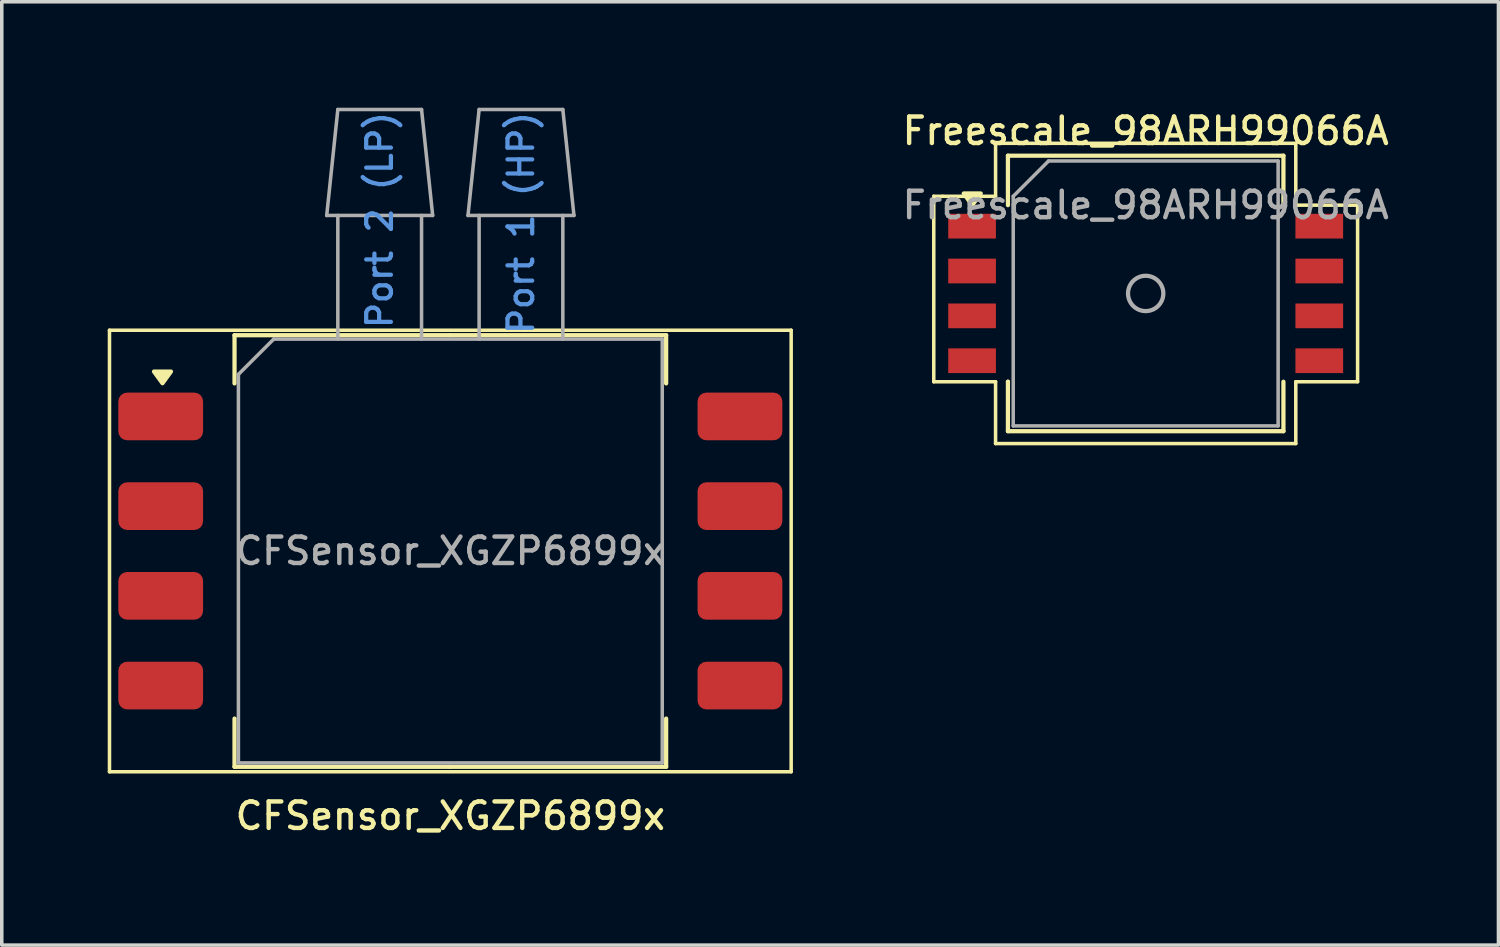
<source format=kicad_pcb>
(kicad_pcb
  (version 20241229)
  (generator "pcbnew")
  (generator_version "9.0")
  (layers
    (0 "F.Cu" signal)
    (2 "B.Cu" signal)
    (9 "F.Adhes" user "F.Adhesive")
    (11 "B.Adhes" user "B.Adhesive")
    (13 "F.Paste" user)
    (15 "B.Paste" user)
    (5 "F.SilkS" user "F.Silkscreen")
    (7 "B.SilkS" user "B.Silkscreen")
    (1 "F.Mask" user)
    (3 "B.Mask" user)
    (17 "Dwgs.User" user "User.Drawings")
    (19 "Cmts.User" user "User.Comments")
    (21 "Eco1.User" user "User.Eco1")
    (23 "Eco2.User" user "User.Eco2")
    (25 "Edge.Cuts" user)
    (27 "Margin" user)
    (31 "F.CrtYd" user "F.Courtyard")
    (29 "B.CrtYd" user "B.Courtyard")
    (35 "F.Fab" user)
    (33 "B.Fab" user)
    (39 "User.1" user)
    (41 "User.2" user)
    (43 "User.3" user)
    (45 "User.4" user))
  (footprint "CFSensor_XGZP6899x"
    (layer "F.Cu")
    (at 9.7 12.55)
    (property "Reference" "CFSensor_XGZP6899x" (at 0 7.5 0) (layer "F.SilkS") (effects (font (size 0.75 0.75) (thickness 0.125))))
    (attr smd)
    (fp_line (start -9.65 -6.25) (end -9.65 6.25) (stroke (width 0.1) (type solid)) (layer "F.SilkS"))
    (fp_line (start -9.65 6.25) (end 9.65 6.25) (stroke (width 0.1) (type solid)) (layer "F.SilkS"))
    (fp_line (start -6.11 -4.745) (end -6.11 -6.11) (stroke (width 0.12) (type solid)) (layer "F.SilkS"))
    (fp_line (start -6.11 6.11) (end -6.11 4.745) (stroke (width 0.12) (type solid)) (layer "F.SilkS"))
    (fp_line (start 0 -6.11) (end -6.11 -6.11) (stroke (width 0.12) (type solid)) (layer "F.SilkS"))
    (fp_line (start 0 6.11) (end -6.11 6.11) (stroke (width 0.12) (type solid)) (layer "F.SilkS"))
    (fp_line (start 0 6.11) (end 6.11 6.11) (stroke (width 0.12) (type solid)) (layer "F.SilkS"))
    (fp_line (start 6.11 -6.11) (end 0 -6.11) (stroke (width 0.12) (type solid)) (layer "F.SilkS"))
    (fp_line (start 6.11 -4.745) (end 6.11 -6.11) (stroke (width 0.12) (type solid)) (layer "F.SilkS"))
    (fp_line (start 6.11 6.11) (end 6.11 4.745) (stroke (width 0.12) (type solid)) (layer "F.SilkS"))
    (fp_line (start 9.65 -6.25) (end -9.65 -6.25) (stroke (width 0.1) (type solid)) (layer "F.SilkS"))
    (fp_line (start 9.65 6.25) (end 9.65 -6.25) (stroke (width 0.1) (type solid)) (layer "F.SilkS"))
    (fp_poly (pts (xy -8.15 -4.75) (xy -8.39 -5.08) (xy -7.91 -5.08) (xy -8.15 -4.75)) (stroke (width 0.12) (type solid)) (fill yes) (layer "F.SilkS"))
    (fp_line (start -6 -5) (end -5 -6) (stroke (width 0.1) (type solid)) (layer "F.Fab"))
    (fp_line (start -6 6) (end -6 -5) (stroke (width 0.1) (type solid)) (layer "F.Fab"))
    (fp_line (start -5 -6) (end 6 -6) (stroke (width 0.1) (type solid)) (layer "F.Fab"))
    (fp_line (start -3.5 -9.5) (end -3.185 -12.5) (stroke (width 0.1) (type default)) (layer "F.Fab"))
    (fp_line (start -3.5 -9.5) (end -0.5 -9.5) (stroke (width 0.1) (type default)) (layer "F.Fab"))
    (fp_line (start -3.185 -12.5) (end -0.815 -12.5) (stroke (width 0.1) (type default)) (layer "F.Fab"))
    (fp_line (start -3.185 -6) (end -3.185 -9.5) (stroke (width 0.1) (type default)) (layer "F.Fab"))
    (fp_line (start -0.815 -9.5) (end -0.815 -6) (stroke (width 0.1) (type default)) (layer "F.Fab"))
    (fp_line (start -0.5 -9.5) (end -0.815 -12.5) (stroke (width 0.1) (type default)) (layer "F.Fab"))
    (fp_line (start 0.5 -9.5) (end 0.815 -12.5) (stroke (width 0.1) (type default)) (layer "F.Fab"))
    (fp_line (start 0.5 -9.5) (end 3.5 -9.5) (stroke (width 0.1) (type default)) (layer "F.Fab"))
    (fp_line (start 0.815 -12.5) (end 3.185 -12.5) (stroke (width 0.1) (type default)) (layer "F.Fab"))
    (fp_line (start 0.815 -6) (end 0.815 -9.5) (stroke (width 0.1) (type default)) (layer "F.Fab"))
    (fp_line (start 3.185 -9.5) (end 3.185 -6) (stroke (width 0.1) (type default)) (layer "F.Fab"))
    (fp_line (start 3.5 -9.5) (end 3.185 -12.5) (stroke (width 0.1) (type default)) (layer "F.Fab"))
    (fp_line (start 6 -6) (end 6 6) (stroke (width 0.1) (type solid)) (layer "F.Fab"))
    (fp_line (start 6 6) (end -6 6) (stroke (width 0.1) (type solid)) (layer "F.Fab"))
    (fp_text user "Port 1 (HP)" (at 2 -12.5 90) (unlocked yes) (layer "Cmts.User") (effects (font (size 0.7 0.7) (thickness 0.12) (bold yes)) (justify right)))
    (fp_text user "Port 2 (LP)" (at -2 -12.5 90) (unlocked yes) (layer "Cmts.User") (effects (font (size 0.7 0.7) (thickness 0.12) (bold yes)) (justify right)))
    (fp_text user "${REFERENCE}" (at 0 0 0) (layer "F.Fab") (effects (font (size 0.75 0.75) (thickness 0.125))))
    (pad "1" smd roundrect (at -8.2 -3.81) (size 2.4 1.35) (layers "F.Cu" "F.Mask" "F.Paste") (roundrect_rratio 0.185))
    (pad "2" smd roundrect (at -8.2 -1.27) (size 2.4 1.35) (layers "F.Cu" "F.Mask" "F.Paste") (roundrect_rratio 0.185))
    (pad "3" smd roundrect (at -8.2 1.27) (size 2.4 1.35) (layers "F.Cu" "F.Mask" "F.Paste") (roundrect_rratio 0.185))
    (pad "4" smd roundrect (at -8.2 3.81) (size 2.4 1.35) (layers "F.Cu" "F.Mask" "F.Paste") (roundrect_rratio 0.185))
    (pad "5" smd roundrect (at 8.2 3.81) (size 2.4 1.35) (layers "F.Cu" "F.Mask" "F.Paste") (roundrect_rratio 0.185))
    (pad "6" smd roundrect (at 8.2 1.27) (size 2.4 1.35) (layers "F.Cu" "F.Mask" "F.Paste") (roundrect_rratio 0.185))
    (pad "7" smd roundrect (at 8.2 -1.27) (size 2.4 1.35) (layers "F.Cu" "F.Mask" "F.Paste") (roundrect_rratio 0.185))
    (pad "8" smd roundrect (at 8.2 -3.81) (size 2.4 1.35) (layers "F.Cu" "F.Mask" "F.Paste") (roundrect_rratio 0.185)))
  (footprint "Freescale_98ARH99066A"
    (layer "F.Cu")
    (at 29.387 5.258)
    (property "Reference" "Freescale_98ARH99066A" (at 0 -4.6 0) (layer "F.SilkS") (effects (font (size 0.75 0.75) (thickness 0.125))))
    (attr smd)
    (fp_line (start -6 -2.75) (end -4.25 -2.75) (stroke (width 0.1) (type solid)) (layer "F.SilkS"))
    (fp_line (start -6 2.5) (end -6 -2.75) (stroke (width 0.1) (type solid)) (layer "F.SilkS"))
    (fp_line (start -5.75 -2.75) (end -5.75 -2.75) (stroke (width 0.1) (type solid)) (layer "F.SilkS"))
    (fp_line (start -4.25 -4.25) (end 4.25 -4.25) (stroke (width 0.1) (type solid)) (layer "F.SilkS"))
    (fp_line (start -4.25 -2.75) (end -4.25 -4.25) (stroke (width 0.1) (type solid)) (layer "F.SilkS"))
    (fp_line (start -4.25 2.5) (end -6 2.5) (stroke (width 0.1) (type solid)) (layer "F.SilkS"))
    (fp_line (start -4.25 4.25) (end -4.25 2.5) (stroke (width 0.1) (type solid)) (layer "F.SilkS"))
    (fp_line (start -3.9 -3.9) (end -3.9 -2.5) (stroke (width 0.12) (type solid)) (layer "F.SilkS"))
    (fp_line (start -3.9 2.5) (end -3.9 2.5) (stroke (width 0.12) (type solid)) (layer "F.SilkS"))
    (fp_line (start -3.9 3.9) (end -3.9 2.5) (stroke (width 0.12) (type solid)) (layer "F.SilkS"))
    (fp_line (start 3.9 -3.9) (end -3.9 -3.9) (stroke (width 0.12) (type solid)) (layer "F.SilkS"))
    (fp_line (start 3.9 -2.5) (end 3.9 -3.9) (stroke (width 0.12) (type solid)) (layer "F.SilkS"))
    (fp_line (start 3.9 2.5) (end 3.9 3.9) (stroke (width 0.12) (type solid)) (layer "F.SilkS"))
    (fp_line (start 3.9 3.9) (end -3.9 3.9) (stroke (width 0.12) (type solid)) (layer "F.SilkS"))
    (fp_line (start 4.25 -4.25) (end 4.25 -2.5) (stroke (width 0.1) (type solid)) (layer "F.SilkS"))
    (fp_line (start 4.25 -2.5) (end 6 -2.5) (stroke (width 0.1) (type solid)) (layer "F.SilkS"))
    (fp_line (start 4.25 2.5) (end 4.25 4.25) (stroke (width 0.1) (type solid)) (layer "F.SilkS"))
    (fp_line (start 4.25 4.25) (end -4.25 4.25) (stroke (width 0.1) (type solid)) (layer "F.SilkS"))
    (fp_line (start 6 -2.5) (end 6 2.5) (stroke (width 0.1) (type solid)) (layer "F.SilkS"))
    (fp_line (start 6 2.5) (end 4.25 2.5) (stroke (width 0.1) (type solid)) (layer "F.SilkS"))
    (fp_poly (pts (xy -4.91 -2.5) (xy -5.15 -2.83) (xy -4.67 -2.83) (xy -4.91 -2.5)) (stroke (width 0.12) (type solid)) (fill yes) (layer "F.SilkS"))
    (fp_line (start -3.75 -2.75) (end -2.75 -3.75) (stroke (width 0.1) (type solid)) (layer "F.Fab"))
    (fp_line (start -3.75 3.75) (end -3.75 -2.75) (stroke (width 0.1) (type solid)) (layer "F.Fab"))
    (fp_line (start -2.75 -3.75) (end 3.75 -3.75) (stroke (width 0.1) (type solid)) (layer "F.Fab"))
    (fp_line (start 3.75 -3.75) (end 3.75 3.75) (stroke (width 0.1) (type solid)) (layer "F.Fab"))
    (fp_line (start 3.75 3.75) (end -3.75 3.75) (stroke (width 0.1) (type solid)) (layer "F.Fab"))
    (fp_circle (center 0 0) (end 0.5 0) (stroke (width 0.12) (type solid)) (fill no) (layer "F.Fab"))
    (fp_text user "${REFERENCE}" (at 0 -2.5 0) (layer "F.Fab") (effects (font (size 0.75 0.75) (thickness 0.125))))
    (pad "1" smd rect (at -4.915 -1.905) (size 1.35 0.7) (layers "F.Cu" "F.Mask" "F.Paste"))
    (pad "2" smd rect (at -4.915 -0.635) (size 1.35 0.7) (layers "F.Cu" "F.Mask" "F.Paste"))
    (pad "3" smd rect (at -4.915 0.635) (size 1.35 0.7) (layers "F.Cu" "F.Mask" "F.Paste"))
    (pad "4" smd rect (at -4.915 1.905) (size 1.35 0.7) (layers "F.Cu" "F.Mask" "F.Paste"))
    (pad "5" smd rect (at 4.915 1.905) (size 1.35 0.7) (layers "F.Cu" "F.Mask" "F.Paste"))
    (pad "6" smd rect (at 4.915 0.635) (size 1.35 0.7) (layers "F.Cu" "F.Mask" "F.Paste"))
    (pad "7" smd rect (at 4.915 -0.635) (size 1.35 0.7) (layers "F.Cu" "F.Mask" "F.Paste"))
    (pad "8" smd rect (at 4.915 -1.905) (size 1.35 0.7) (layers "F.Cu" "F.Mask" "F.Paste")))
  (gr_rect
    (start -3 -3)
    (end 39.375 23.708)
    (stroke (width 0.1) (type default))
    (fill no)
    (layer "Edge.Cuts")))
</source>
